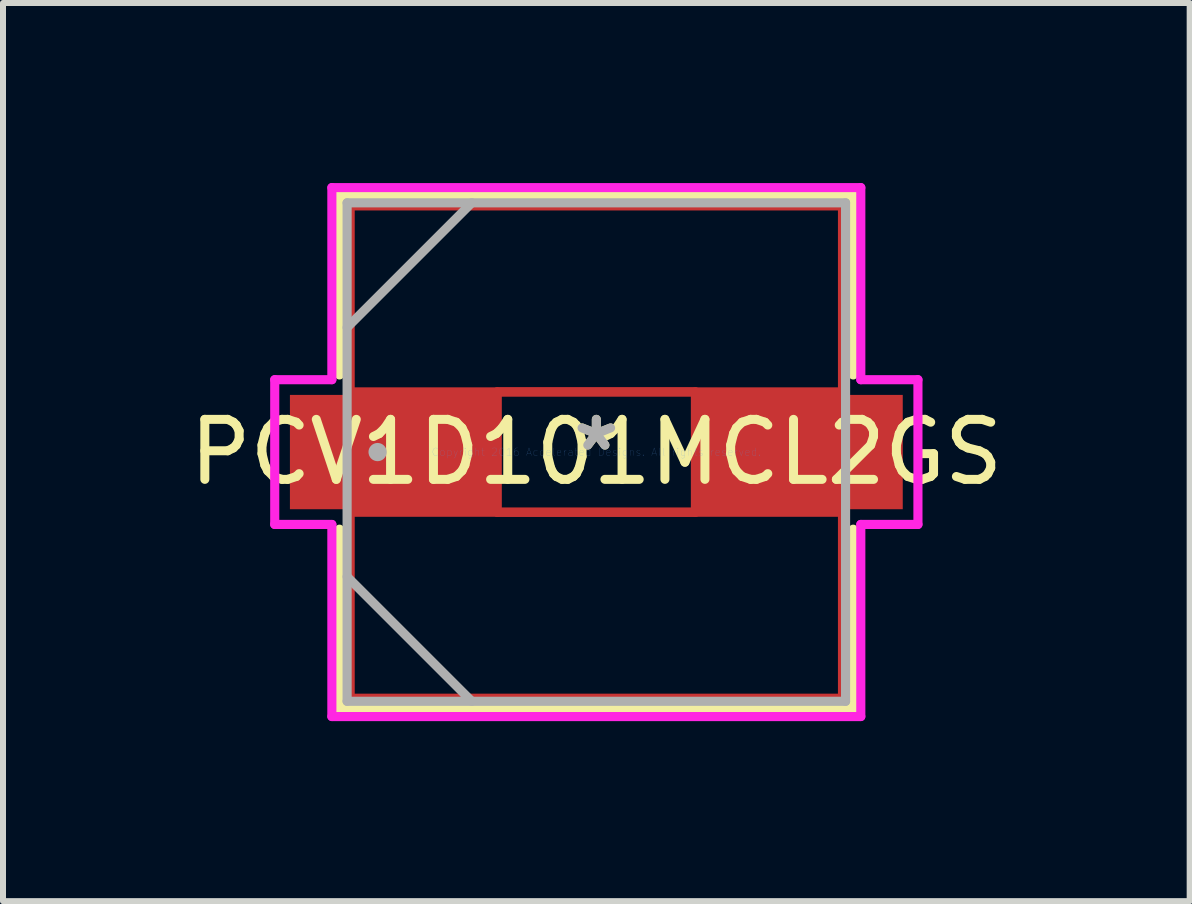
<source format=kicad_pcb>
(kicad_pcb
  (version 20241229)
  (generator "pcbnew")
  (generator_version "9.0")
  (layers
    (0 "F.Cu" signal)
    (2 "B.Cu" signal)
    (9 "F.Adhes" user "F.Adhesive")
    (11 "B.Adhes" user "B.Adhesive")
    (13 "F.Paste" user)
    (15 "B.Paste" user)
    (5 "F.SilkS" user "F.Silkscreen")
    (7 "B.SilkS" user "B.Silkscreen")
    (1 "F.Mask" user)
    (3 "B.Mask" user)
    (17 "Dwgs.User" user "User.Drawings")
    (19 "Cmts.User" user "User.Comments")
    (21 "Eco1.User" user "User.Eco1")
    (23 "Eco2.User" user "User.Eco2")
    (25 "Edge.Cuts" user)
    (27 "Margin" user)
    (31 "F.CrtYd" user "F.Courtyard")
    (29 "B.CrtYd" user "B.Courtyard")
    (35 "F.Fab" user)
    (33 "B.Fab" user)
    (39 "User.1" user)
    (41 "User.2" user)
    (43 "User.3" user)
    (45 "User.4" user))
  (footprint "PCV1D101MCL2GS"
    (layer "F.Cu")
    (at 6.887 4.483)
    (property "Reference" "PCV1D101MCL2GS" (at 0 0 0) (layer "F.SilkS") (effects (font (size 1 1) (thickness 0.15))))
    (attr through_hole)
    (fp_line (start -4.102 -4.102) (end 4.102 -4.102) (stroke (width 0.152) (type solid)) (layer "F.Cu"))
    (fp_line (start -4.102 -1.003) (end -4.102 -4.102) (stroke (width 0.152) (type solid)) (layer "F.Cu"))
    (fp_line (start -4.102 1.003) (end 4.102 1.003) (stroke (width 0.152) (type solid)) (layer "F.Cu"))
    (fp_line (start -4.102 4.102) (end -4.102 1.003) (stroke (width 0.152) (type solid)) (layer "F.Cu"))
    (fp_line (start -1.651 -1.003) (end 1.651 -1.003) (stroke (width 0.152) (type solid)) (layer "F.Cu"))
    (fp_line (start -1.651 1.003) (end -1.651 -1.003) (stroke (width 0.152) (type solid)) (layer "F.Cu"))
    (fp_line (start 1.651 -1.003) (end 1.651 1.003) (stroke (width 0.152) (type solid)) (layer "F.Cu"))
    (fp_line (start 1.651 1.003) (end -1.651 1.003) (stroke (width 0.152) (type solid)) (layer "F.Cu"))
    (fp_line (start 4.102 -4.102) (end 4.102 -1.003) (stroke (width 0.152) (type solid)) (layer "F.Cu"))
    (fp_line (start 4.102 -1.003) (end -4.102 -1.003) (stroke (width 0.152) (type solid)) (layer "F.Cu"))
    (fp_line (start 4.102 1.003) (end 4.102 4.102) (stroke (width 0.152) (type solid)) (layer "F.Cu"))
    (fp_line (start 4.102 4.102) (end -4.102 4.102) (stroke (width 0.152) (type solid)) (layer "F.Cu"))
    (fp_line (start -4.28 -4.28) (end -4.28 -1.285) (stroke (width 0.152) (type solid)) (layer "F.SilkS"))
    (fp_line (start -4.28 1.285) (end -4.28 4.28) (stroke (width 0.152) (type solid)) (layer "F.SilkS"))
    (fp_line (start -4.28 4.28) (end 4.28 4.28) (stroke (width 0.152) (type solid)) (layer "F.SilkS"))
    (fp_line (start 4.28 -4.28) (end -4.28 -4.28) (stroke (width 0.152) (type solid)) (layer "F.SilkS"))
    (fp_line (start 4.28 -1.285) (end 4.28 -4.28) (stroke (width 0.152) (type solid)) (layer "F.SilkS"))
    (fp_line (start 4.28 4.28) (end 4.28 1.285) (stroke (width 0.152) (type solid)) (layer "F.SilkS"))
    (fp_line (start -5.359 -1.206) (end -4.407 -1.206) (stroke (width 0.152) (type solid)) (layer "F.CrtYd"))
    (fp_line (start -5.359 1.206) (end -5.359 -1.206) (stroke (width 0.152) (type solid)) (layer "F.CrtYd"))
    (fp_line (start -4.407 -4.407) (end 4.407 -4.407) (stroke (width 0.152) (type solid)) (layer "F.CrtYd"))
    (fp_line (start -4.407 -1.206) (end -4.407 -4.407) (stroke (width 0.152) (type solid)) (layer "F.CrtYd"))
    (fp_line (start -4.407 1.206) (end -5.359 1.206) (stroke (width 0.152) (type solid)) (layer "F.CrtYd"))
    (fp_line (start -4.407 4.407) (end -4.407 1.206) (stroke (width 0.152) (type solid)) (layer "F.CrtYd"))
    (fp_line (start 4.407 -4.407) (end 4.407 -1.206) (stroke (width 0.152) (type solid)) (layer "F.CrtYd"))
    (fp_line (start 4.407 -1.206) (end 5.359 -1.206) (stroke (width 0.152) (type solid)) (layer "F.CrtYd"))
    (fp_line (start 4.407 1.206) (end 4.407 4.407) (stroke (width 0.152) (type solid)) (layer "F.CrtYd"))
    (fp_line (start 4.407 4.407) (end -4.407 4.407) (stroke (width 0.152) (type solid)) (layer "F.CrtYd"))
    (fp_line (start 5.359 -1.206) (end 5.359 1.206) (stroke (width 0.152) (type solid)) (layer "F.CrtYd"))
    (fp_line (start 5.359 1.206) (end 4.407 1.206) (stroke (width 0.152) (type solid)) (layer "F.CrtYd"))
    (fp_line (start -4.153 -4.153) (end -4.153 4.153) (stroke (width 0.152) (type solid)) (layer "F.Fab"))
    (fp_line (start -4.153 -2.076) (end -2.076 -4.153) (stroke (width 0.152) (type solid)) (layer "F.Fab"))
    (fp_line (start -4.153 2.076) (end -2.076 4.153) (stroke (width 0.152) (type solid)) (layer "F.Fab"))
    (fp_line (start -4.153 4.153) (end 4.153 4.153) (stroke (width 0.152) (type solid)) (layer "F.Fab"))
    (fp_line (start 4.153 -4.153) (end -4.153 -4.153) (stroke (width 0.152) (type solid)) (layer "F.Fab"))
    (fp_line (start 4.153 4.153) (end 4.153 -4.153) (stroke (width 0.152) (type solid)) (layer "F.Fab"))
    (fp_circle (center -3.645 0) (end -3.645 0) (stroke (width 0.152) (type solid)) (fill no) (layer "F.Fab"))
    (fp_text user "*" (at 0 0 0) (layer "F.SilkS") (effects (font (size 1 1) (thickness 0.15))))
    (fp_text user "Copyright 2016 Accelerated Designs. All rights reserved." (at 0 0 0) (layer "Cmts.User") (effects (font (size 0.127 0.127) (thickness 0.002))))
    (fp_text user "*" (at 0 0 0) (layer "F.Fab") (effects (font (size 1 1) (thickness 0.15))))
    (pad "1" smd rect (at -3.404 0) (size 3.404 1.905) (layers "F.Cu" "F.Mask" "F.Paste"))
    (pad "2" smd rect (at 3.404 0) (size 3.404 1.905) (layers "F.Cu" "F.Mask" "F.Paste")))
  (gr_rect
    (start -3 -3)
    (end 16.774 11.966)
    (stroke (width 0.1) (type default))
    (fill no)
    (layer "Edge.Cuts")))
</source>
